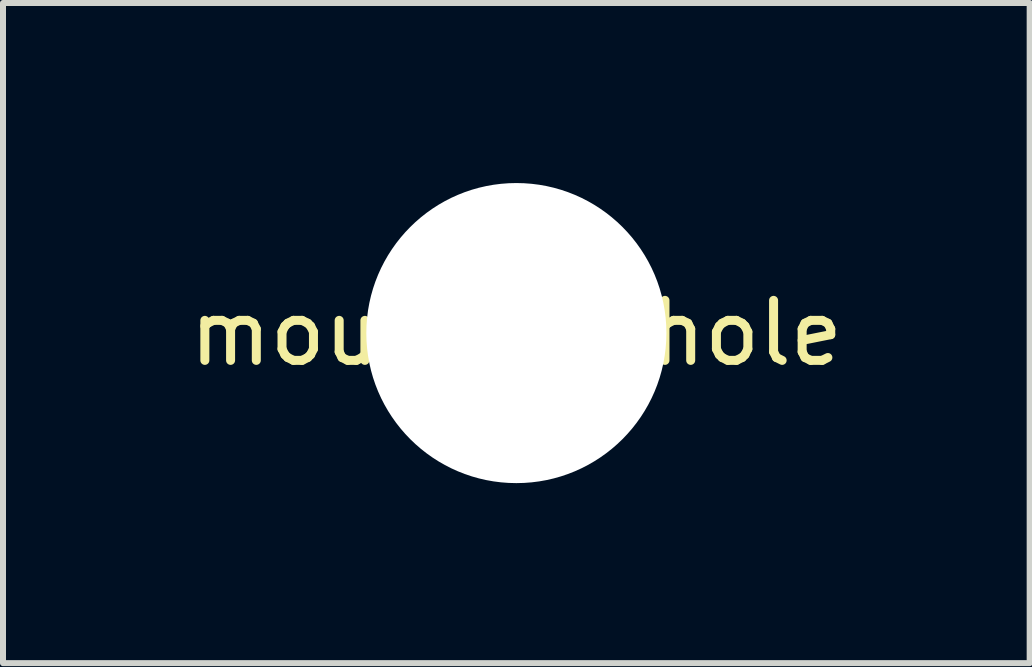
<source format=kicad_pcb>
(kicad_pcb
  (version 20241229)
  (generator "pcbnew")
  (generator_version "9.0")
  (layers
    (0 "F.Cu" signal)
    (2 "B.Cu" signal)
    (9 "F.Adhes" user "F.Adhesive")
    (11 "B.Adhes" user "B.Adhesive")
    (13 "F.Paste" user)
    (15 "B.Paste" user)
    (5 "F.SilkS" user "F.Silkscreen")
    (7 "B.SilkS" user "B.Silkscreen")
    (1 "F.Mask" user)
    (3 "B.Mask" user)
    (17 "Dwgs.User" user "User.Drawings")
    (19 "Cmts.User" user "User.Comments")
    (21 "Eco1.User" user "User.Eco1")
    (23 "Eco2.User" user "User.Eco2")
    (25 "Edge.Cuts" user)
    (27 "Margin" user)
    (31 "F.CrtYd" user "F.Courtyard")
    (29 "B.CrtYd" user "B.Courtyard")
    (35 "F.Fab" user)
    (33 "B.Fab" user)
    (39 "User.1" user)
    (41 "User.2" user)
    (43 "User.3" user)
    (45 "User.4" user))
  (footprint "mounting_hole"
    (layer "F.Cu")
    (at 5.554 2.5)
    (property "Reference" "mounting_hole" (at 0 0 0) (layer "F.SilkS") (effects (font (size 1 1) (thickness 0.15))))
    (attr exclude_from_pos_files exclude_from_bom)
    (pad "" np_thru_hole circle (at 0 0) (size 5 5) (drill 5) (layers "*.Cu" "*.Mask")))
  (gr_rect
    (start -3 -3)
    (end 14.107 8)
    (stroke (width 0.1) (type default))
    (fill no)
    (layer "Edge.Cuts")))
</source>
